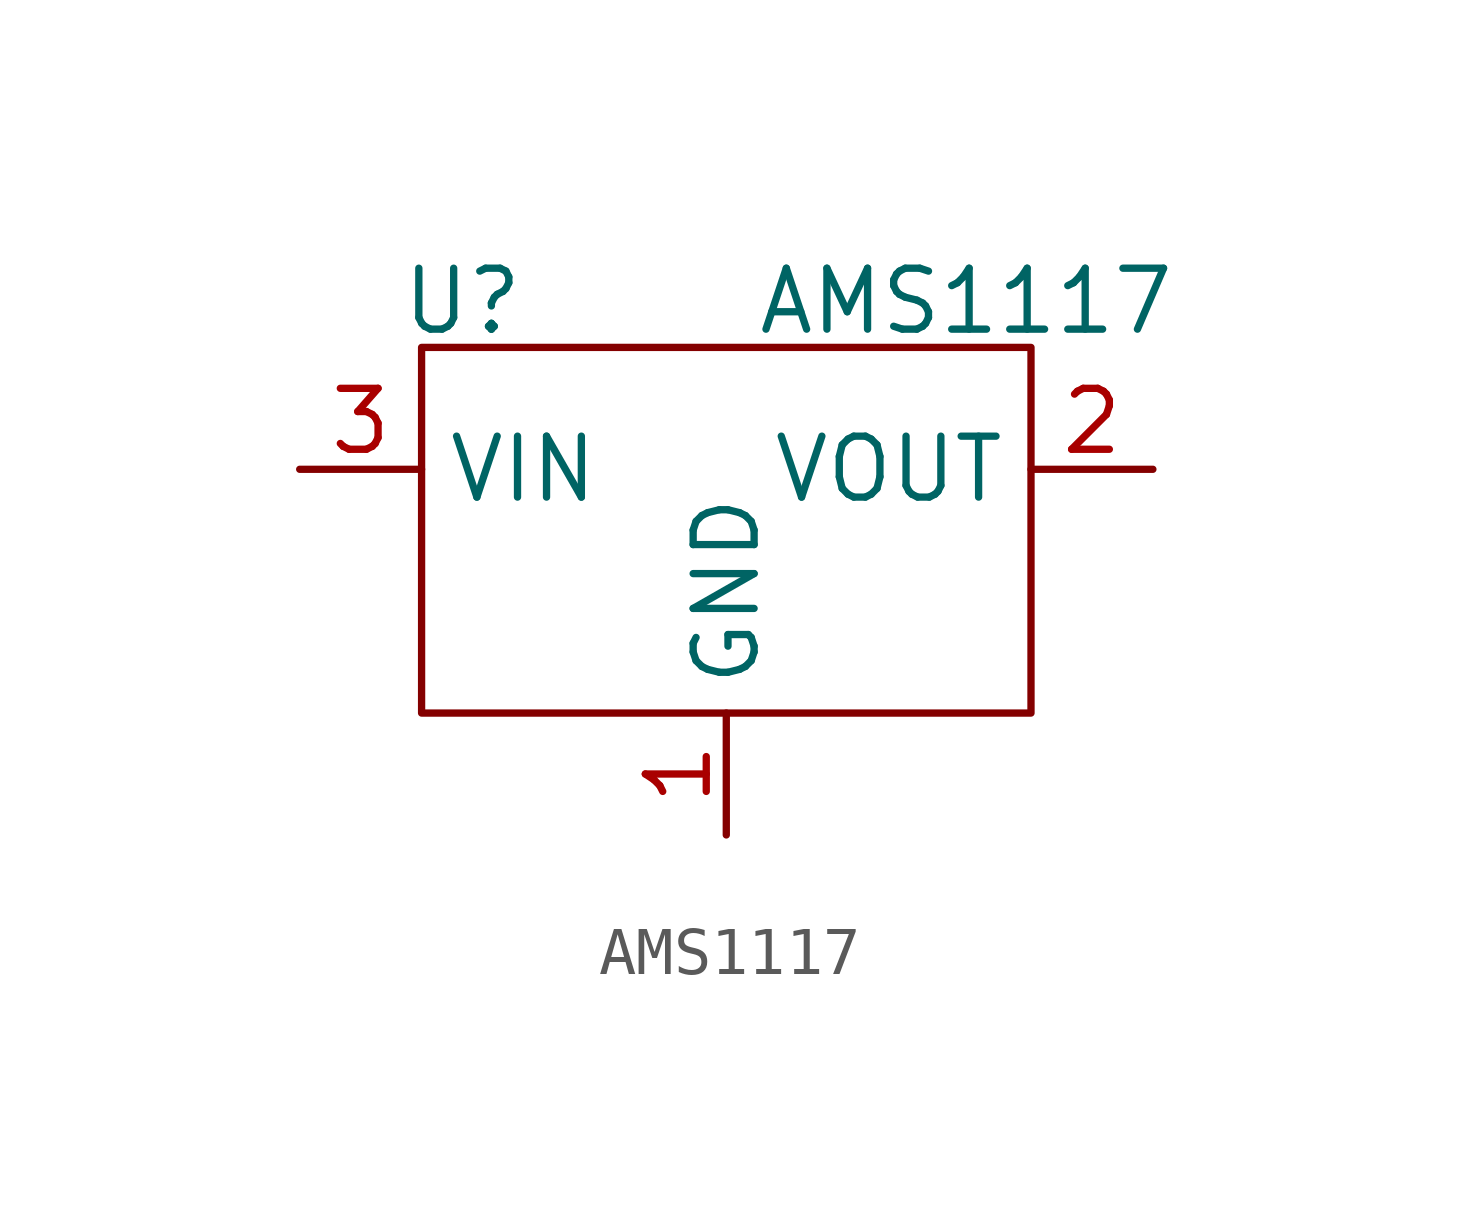
<source format=kicad_sym>
(kicad_symbol_lib
  (version 20241209)
  (generator "kicad_symbol_editor")
  (generator_version "9.0")
  (symbol "AMS1117"
    (property "Reference" "U"
      (at -5.5 3.5 0)
      (effects (font (size 1.27 1.27))))
    (property "Value" "AMS1117"
      (at 5 3.5 0)
      (effects (font (size 1.27 1.27))))
    (symbol "AMS1117_0_0"
      (pin power_in line (at -8.89 0 0) (length 2.54) (name "VIN" (effects (font (size 1.27 1.27)))) (number "3" (effects (font (size 1.27 1.27)))))
      (pin power_in line (at 0 -7.62 90) (length 2.54) (name "GND" (effects (font (size 1.27 1.27)))) (number "1" (effects (font (size 1.27 1.27)))))
      (pin power_out line (at 8.89 0 180) (length 2.54) (name "VOUT" (effects (font (size 1.27 1.27)))) (number "2" (effects (font (size 1.27 1.27))))))
    (symbol "AMS1117_0_1"
      (rectangle (start -6.35 2.54) (end 6.35 -5.08) (stroke (width 0) (type default)) (fill (type none))))))
</source>
